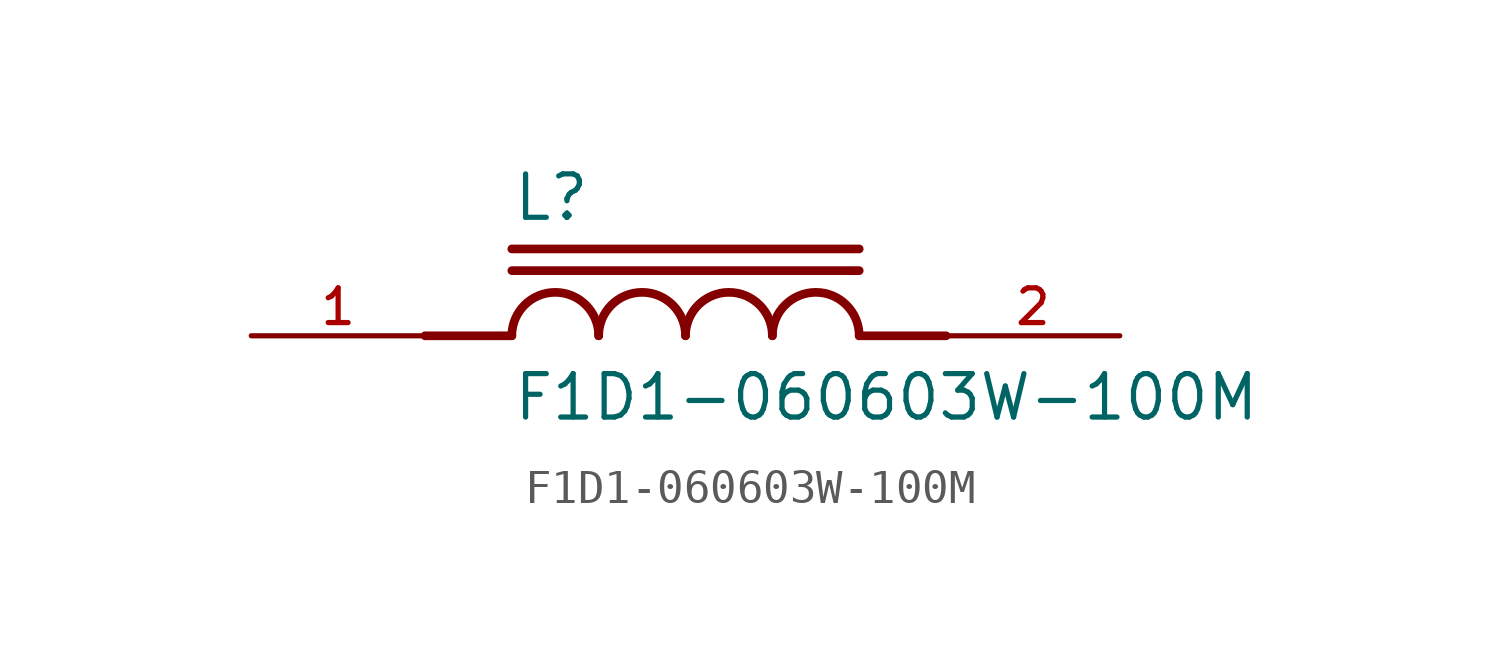
<source format=kicad_sym>
(kicad_symbol_lib
  (version 20211014)
  (generator kicad_symbol_editor)
  (symbol "F1D1-060603W-100M"
    (pin_names
      (offset 1.016))
    (property "Reference" "L"
      (at -5.08 3.302 0)
      (effects (font (size 1.27 1.27)) (justify bottom left)))
    (property "Value" "F1D1-060603W-100M"
      (at -5.08 -2.54 0)
      (effects (font (size 1.27 1.27)) (justify bottom left)))
    (symbol "F1D1-060603W-100M_0_0"
      (polyline (pts (xy -5.08 0.0) (xy -7.62 0.0)) (stroke (width 0.254)))
      (polyline (pts (xy 5.08 0.0) (xy 7.62 0.0)) (stroke (width 0.254)))
      (arc (start -2.54 0.0) (mid -3.81 1.27) (end -5.08 0.0) (stroke (width 0.254) (type default) (color 0 0 0 0)) (fill (type none)))
      (arc (start 0.0 0.0) (mid -1.27 1.27) (end -2.54 0.0) (stroke (width 0.254) (type default) (color 0 0 0 0)) (fill (type none)))
      (arc (start 2.54 0.0) (mid 1.27 1.27) (end 0.0 0.0) (stroke (width 0.254) (type default) (color 0 0 0 0)) (fill (type none)))
      (arc (start 5.08 0.0) (mid 3.81 1.27) (end 2.54 0.0) (stroke (width 0.254) (type default) (color 0 0 0 0)) (fill (type none)))
      (polyline (pts (xy -5.08 2.54) (xy 5.08 2.54)) (stroke (width 0.254)))
      (polyline (pts (xy -5.08 1.905) (xy 5.08 1.905)) (stroke (width 0.254)))
      (pin passive line (at -12.7 0.0 0) (length 5.08) (name "~" (effects (font (size 1.016 1.016)))) (number "1" (effects (font (size 1.016 1.016)))))
      (pin passive line (at 12.7 0.0 180.0) (length 5.08) (name "~" (effects (font (size 1.016 1.016)))) (number "2" (effects (font (size 1.016 1.016))))))))
</source>
